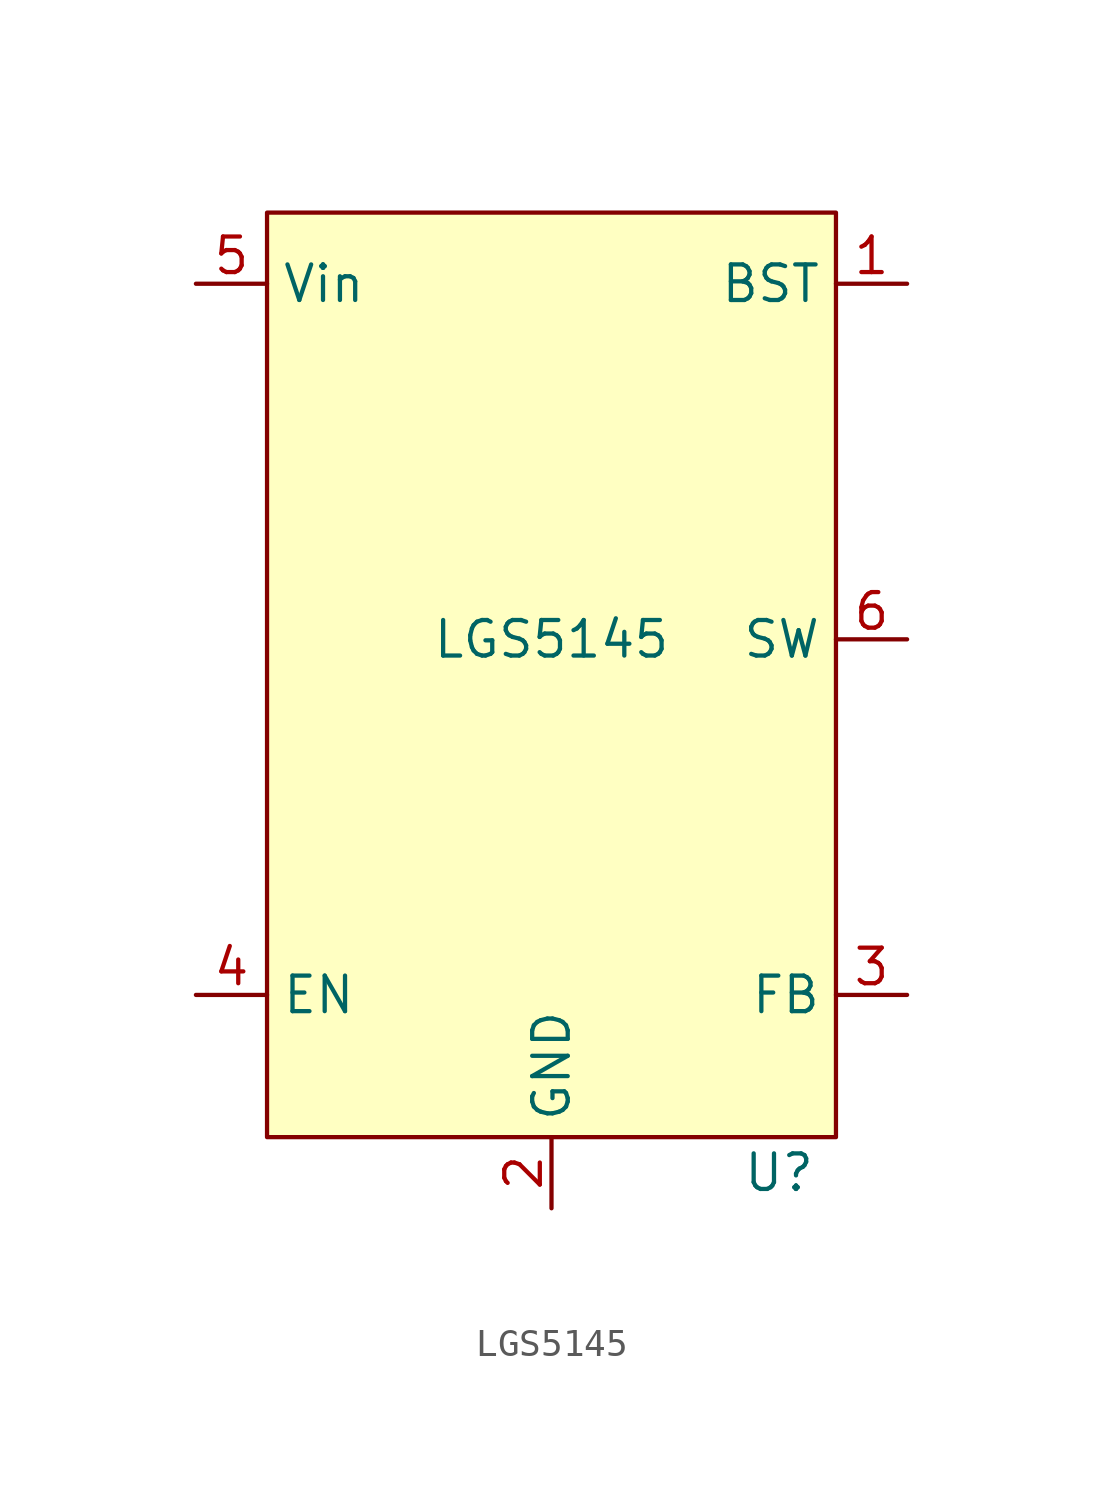
<source format=kicad_sym>
(kicad_symbol_lib
  (version 20231120)
  (generator "kicad_symbol_editor")
  (generator_version "8.0")
  (symbol "LGS5145"
    (property "Reference" "U"
      (at 8.128 -19.05 0)
      (effects (font (size 1.27 1.27))))
    (property "Value" "LGS5145"
      (at 0 0 0)
      (effects (font (size 1.27 1.27))))
    (symbol "LGS5145_1_1"
      (rectangle (start -10.16 15.24) (end 10.16 -17.78) (stroke (width 0) (type default)) (fill (type background)))
      (pin passive line (at 12.7 12.7 180) (length 2.54) (name "BST" (effects (font (size 1.27 1.27)))) (number "1" (effects (font (size 1.27 1.27)))))
      (pin power_in line (at 0 -20.32 90) (length 2.54) (name "GND" (effects (font (size 1.27 1.27)))) (number "2" (effects (font (size 1.27 1.27)))))
      (pin input line (at 12.7 -12.7 180) (length 2.54) (name "FB" (effects (font (size 1.27 1.27)))) (number "3" (effects (font (size 1.27 1.27)))))
      (pin input line (at -12.7 -12.7 0) (length 2.54) (name "EN" (effects (font (size 1.27 1.27)))) (number "4" (effects (font (size 1.27 1.27)))))
      (pin power_in line (at -12.7 12.7 0) (length 2.54) (name "Vin" (effects (font (size 1.27 1.27)))) (number "5" (effects (font (size 1.27 1.27)))))
      (pin output line (at 12.7 0 180) (length 2.54) (name "SW" (effects (font (size 1.27 1.27)))) (number "6" (effects (font (size 1.27 1.27))))))))
</source>
